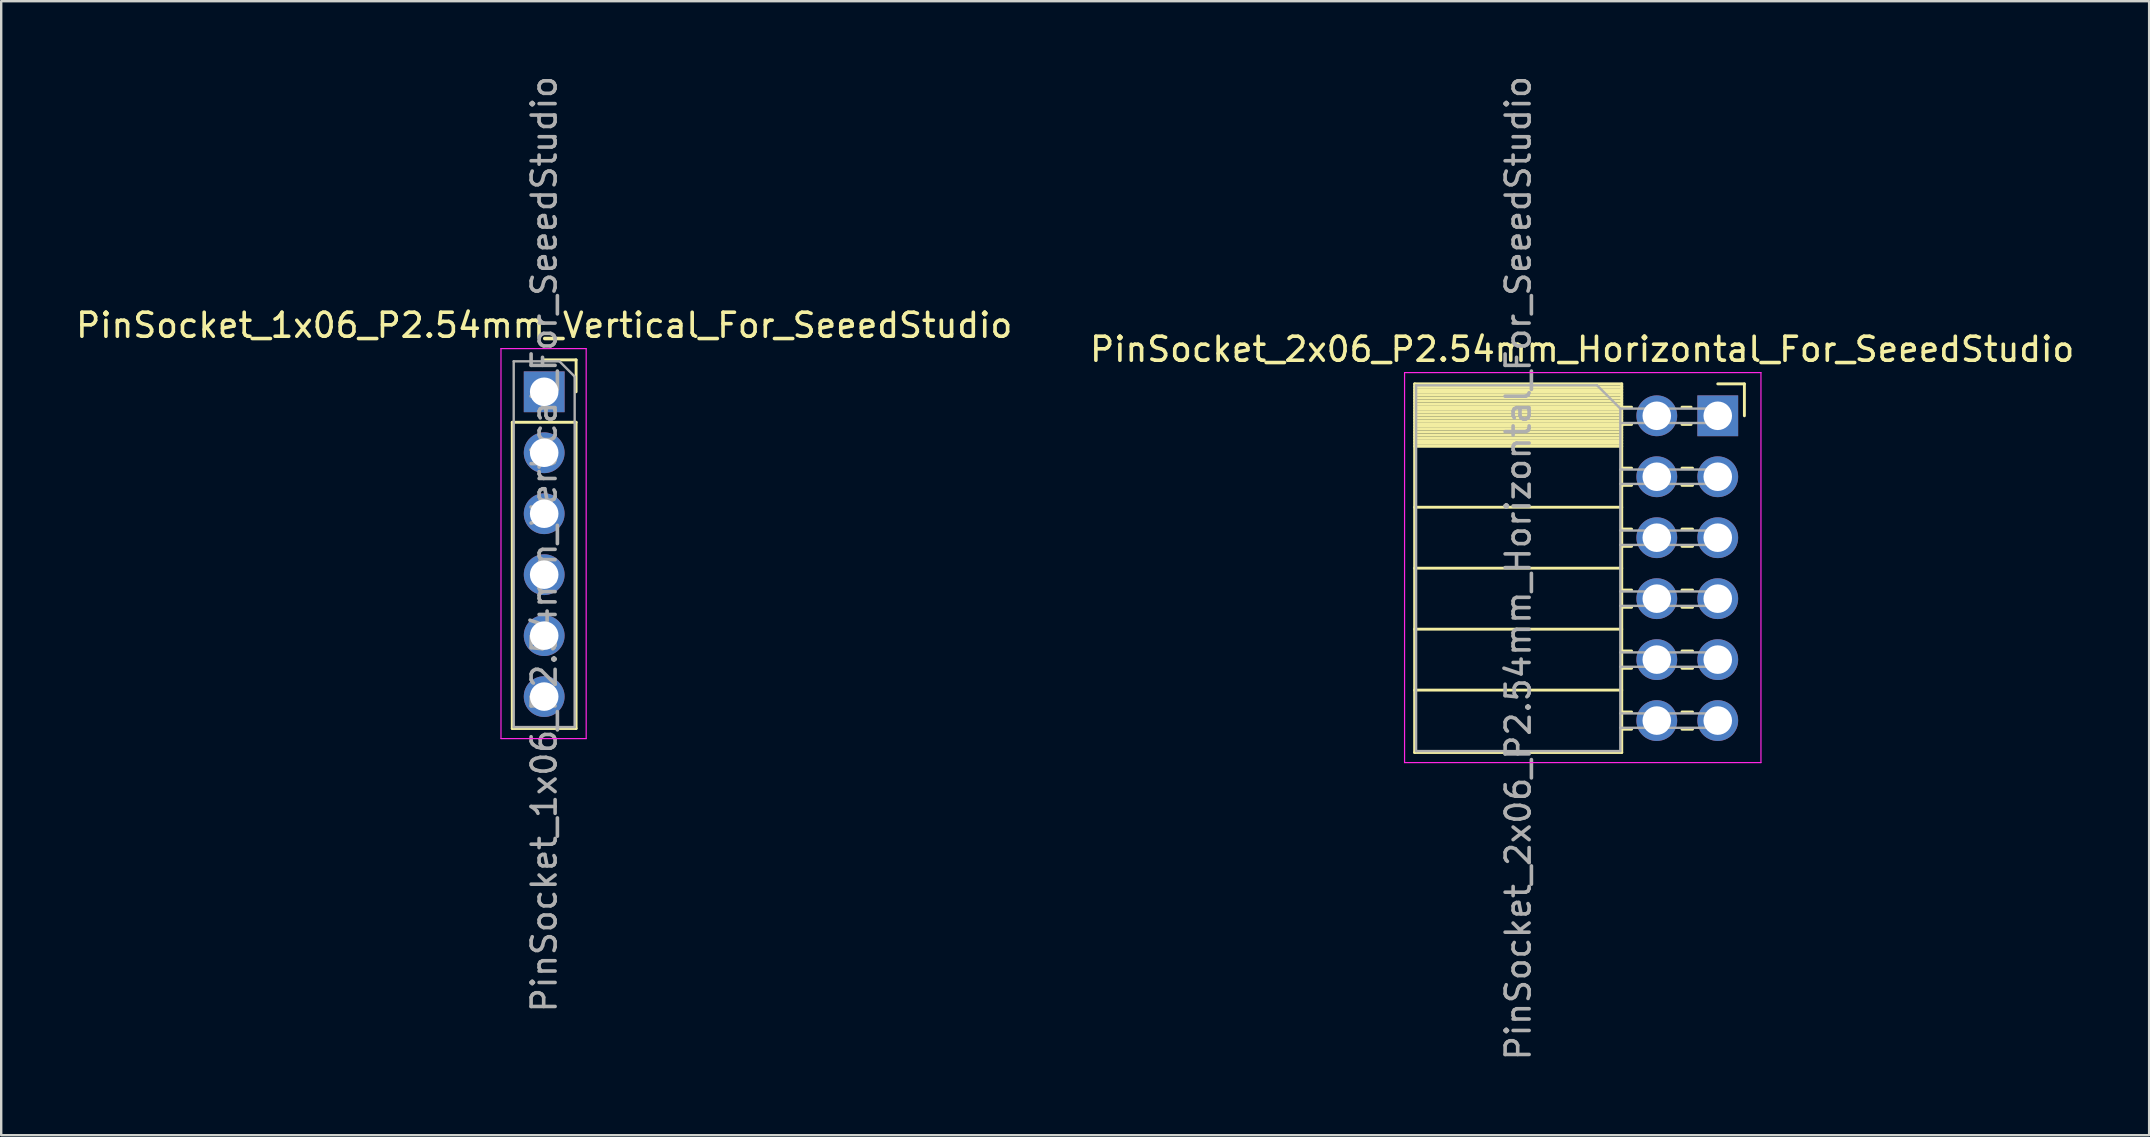
<source format=kicad_pcb>
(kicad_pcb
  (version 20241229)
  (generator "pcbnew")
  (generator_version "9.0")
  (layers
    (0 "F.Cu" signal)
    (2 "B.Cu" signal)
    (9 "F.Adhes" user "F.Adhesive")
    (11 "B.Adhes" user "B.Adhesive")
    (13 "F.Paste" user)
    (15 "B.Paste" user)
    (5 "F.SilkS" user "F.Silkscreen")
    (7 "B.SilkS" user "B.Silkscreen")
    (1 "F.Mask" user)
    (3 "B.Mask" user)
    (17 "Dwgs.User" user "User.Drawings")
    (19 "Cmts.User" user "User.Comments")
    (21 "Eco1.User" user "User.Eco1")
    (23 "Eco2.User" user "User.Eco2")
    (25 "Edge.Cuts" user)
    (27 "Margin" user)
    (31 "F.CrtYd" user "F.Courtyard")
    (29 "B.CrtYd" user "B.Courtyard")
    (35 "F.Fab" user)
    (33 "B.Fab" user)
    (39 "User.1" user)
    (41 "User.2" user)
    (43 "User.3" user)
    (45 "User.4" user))
  (footprint "PinSocket_1x06_P2.54mm_Vertical_For_SeeedStudio"
    (layer "F.Cu")
    (at 19.625 13.275)
    (property "Reference" "PinSocket_1x06_P2.54mm_Vertical_For_SeeedStudio" (at 0 -2.77 0) (layer "F.SilkS") (effects (font (size 1 1) (thickness 0.15))))
    (attr through_hole)
    (fp_line (start -1.33 1.27) (end -1.33 14.03) (stroke (width 0.12) (type solid)) (layer "F.SilkS"))
    (fp_line (start -1.33 1.27) (end 1.33 1.27) (stroke (width 0.12) (type solid)) (layer "F.SilkS"))
    (fp_line (start -1.33 14.03) (end 1.33 14.03) (stroke (width 0.12) (type solid)) (layer "F.SilkS"))
    (fp_line (start 0 -1.33) (end 1.33 -1.33) (stroke (width 0.12) (type solid)) (layer "F.SilkS"))
    (fp_line (start 1.33 -1.33) (end 1.33 0) (stroke (width 0.12) (type solid)) (layer "F.SilkS"))
    (fp_line (start 1.33 1.27) (end 1.33 14.03) (stroke (width 0.12) (type solid)) (layer "F.SilkS"))
    (fp_line (start -1.8 -1.8) (end 1.75 -1.8) (stroke (width 0.05) (type solid)) (layer "F.CrtYd"))
    (fp_line (start -1.8 14.45) (end -1.8 -1.8) (stroke (width 0.05) (type solid)) (layer "F.CrtYd"))
    (fp_line (start 1.75 -1.8) (end 1.75 14.45) (stroke (width 0.05) (type solid)) (layer "F.CrtYd"))
    (fp_line (start 1.75 14.45) (end -1.8 14.45) (stroke (width 0.05) (type solid)) (layer "F.CrtYd"))
    (fp_line (start -1.27 -1.27) (end 0.635 -1.27) (stroke (width 0.1) (type solid)) (layer "F.Fab"))
    (fp_line (start -1.27 13.97) (end -1.27 -1.27) (stroke (width 0.1) (type solid)) (layer "F.Fab"))
    (fp_line (start 0.635 -1.27) (end 1.27 -0.635) (stroke (width 0.1) (type solid)) (layer "F.Fab"))
    (fp_line (start 1.27 -0.635) (end 1.27 13.97) (stroke (width 0.1) (type solid)) (layer "F.Fab"))
    (fp_line (start 1.27 13.97) (end -1.27 13.97) (stroke (width 0.1) (type solid)) (layer "F.Fab"))
    (fp_text user "${REFERENCE}" (at 0 6.35 90) (layer "F.Fab") (effects (font (size 1 1) (thickness 0.15))))
    (pad "1" thru_hole rect (at 0 0) (size 1.7 1.7) (drill 1.19) (layers "*.Cu" "*.Mask"))
    (pad "2" thru_hole oval (at 0 2.54) (size 1.7 1.7) (drill 1.19) (layers "*.Cu" "*.Mask"))
    (pad "3" thru_hole oval (at 0 5.08) (size 1.7 1.7) (drill 1.19) (layers "*.Cu" "*.Mask"))
    (pad "4" thru_hole oval (at 0 7.62) (size 1.7 1.7) (drill 1.19) (layers "*.Cu" "*.Mask"))
    (pad "5" thru_hole oval (at 0 10.16) (size 1.7 1.7) (drill 1.19) (layers "*.Cu" "*.Mask"))
    (pad "6" thru_hole oval (at 0 12.7) (size 1.7 1.7) (drill 1.19) (layers "*.Cu" "*.Mask")))
  (footprint "PinSocket_2x06_P2.54mm_Horizontal_For_SeeedStudio"
    (layer "F.Cu")
    (at 68.525 14.275)
    (property "Reference" "PinSocket_2x06_P2.54mm_Horizontal_For_SeeedStudio" (at -5.65 -2.77 0) (layer "F.SilkS") (effects (font (size 1 1) (thickness 0.15))))
    (attr through_hole)
    (fp_line (start -12.63 -1.33) (end -12.63 14.03) (stroke (width 0.12) (type solid)) (layer "F.SilkS"))
    (fp_line (start -12.63 -1.33) (end -4 -1.33) (stroke (width 0.12) (type solid)) (layer "F.SilkS"))
    (fp_line (start -12.63 -1.21) (end -4 -1.21) (stroke (width 0.12) (type solid)) (layer "F.SilkS"))
    (fp_line (start -12.63 -1.092) (end -4 -1.092) (stroke (width 0.12) (type solid)) (layer "F.SilkS"))
    (fp_line (start -12.63 -0.974) (end -4 -0.974) (stroke (width 0.12) (type solid)) (layer "F.SilkS"))
    (fp_line (start -12.63 -0.856) (end -4 -0.856) (stroke (width 0.12) (type solid)) (layer "F.SilkS"))
    (fp_line (start -12.63 -0.738) (end -4 -0.738) (stroke (width 0.12) (type solid)) (layer "F.SilkS"))
    (fp_line (start -12.63 -0.62) (end -4 -0.62) (stroke (width 0.12) (type solid)) (layer "F.SilkS"))
    (fp_line (start -12.63 -0.501) (end -4 -0.501) (stroke (width 0.12) (type solid)) (layer "F.SilkS"))
    (fp_line (start -12.63 -0.383) (end -4 -0.383) (stroke (width 0.12) (type solid)) (layer "F.SilkS"))
    (fp_line (start -12.63 -0.265) (end -4 -0.265) (stroke (width 0.12) (type solid)) (layer "F.SilkS"))
    (fp_line (start -12.63 -0.147) (end -4 -0.147) (stroke (width 0.12) (type solid)) (layer "F.SilkS"))
    (fp_line (start -12.63 -0.029) (end -4 -0.029) (stroke (width 0.12) (type solid)) (layer "F.SilkS"))
    (fp_line (start -12.63 0.089) (end -4 0.089) (stroke (width 0.12) (type solid)) (layer "F.SilkS"))
    (fp_line (start -12.63 0.207) (end -4 0.207) (stroke (width 0.12) (type solid)) (layer "F.SilkS"))
    (fp_line (start -12.63 0.325) (end -4 0.325) (stroke (width 0.12) (type solid)) (layer "F.SilkS"))
    (fp_line (start -12.63 0.443) (end -4 0.443) (stroke (width 0.12) (type solid)) (layer "F.SilkS"))
    (fp_line (start -12.63 0.561) (end -4 0.561) (stroke (width 0.12) (type solid)) (layer "F.SilkS"))
    (fp_line (start -12.63 0.68) (end -4 0.68) (stroke (width 0.12) (type solid)) (layer "F.SilkS"))
    (fp_line (start -12.63 0.798) (end -4 0.798) (stroke (width 0.12) (type solid)) (layer "F.SilkS"))
    (fp_line (start -12.63 0.916) (end -4 0.916) (stroke (width 0.12) (type solid)) (layer "F.SilkS"))
    (fp_line (start -12.63 1.034) (end -4 1.034) (stroke (width 0.12) (type solid)) (layer "F.SilkS"))
    (fp_line (start -12.63 1.152) (end -4 1.152) (stroke (width 0.12) (type solid)) (layer "F.SilkS"))
    (fp_line (start -12.63 1.27) (end -4 1.27) (stroke (width 0.12) (type solid)) (layer "F.SilkS"))
    (fp_line (start -12.63 3.81) (end -4 3.81) (stroke (width 0.12) (type solid)) (layer "F.SilkS"))
    (fp_line (start -12.63 6.35) (end -4 6.35) (stroke (width 0.12) (type solid)) (layer "F.SilkS"))
    (fp_line (start -12.63 8.89) (end -4 8.89) (stroke (width 0.12) (type solid)) (layer "F.SilkS"))
    (fp_line (start -12.63 11.43) (end -4 11.43) (stroke (width 0.12) (type solid)) (layer "F.SilkS"))
    (fp_line (start -12.63 14.03) (end -4 14.03) (stroke (width 0.12) (type solid)) (layer "F.SilkS"))
    (fp_line (start -4 -1.33) (end -4 14.03) (stroke (width 0.12) (type solid)) (layer "F.SilkS"))
    (fp_line (start -4 -0.36) (end -3.59 -0.36) (stroke (width 0.12) (type solid)) (layer "F.SilkS"))
    (fp_line (start -4 0.36) (end -3.59 0.36) (stroke (width 0.12) (type solid)) (layer "F.SilkS"))
    (fp_line (start -4 2.18) (end -3.59 2.18) (stroke (width 0.12) (type solid)) (layer "F.SilkS"))
    (fp_line (start -4 2.9) (end -3.59 2.9) (stroke (width 0.12) (type solid)) (layer "F.SilkS"))
    (fp_line (start -4 4.72) (end -3.59 4.72) (stroke (width 0.12) (type solid)) (layer "F.SilkS"))
    (fp_line (start -4 5.44) (end -3.59 5.44) (stroke (width 0.12) (type solid)) (layer "F.SilkS"))
    (fp_line (start -4 7.26) (end -3.59 7.26) (stroke (width 0.12) (type solid)) (layer "F.SilkS"))
    (fp_line (start -4 7.98) (end -3.59 7.98) (stroke (width 0.12) (type solid)) (layer "F.SilkS"))
    (fp_line (start -4 9.8) (end -3.59 9.8) (stroke (width 0.12) (type solid)) (layer "F.SilkS"))
    (fp_line (start -4 10.52) (end -3.59 10.52) (stroke (width 0.12) (type solid)) (layer "F.SilkS"))
    (fp_line (start -4 12.34) (end -3.59 12.34) (stroke (width 0.12) (type solid)) (layer "F.SilkS"))
    (fp_line (start -4 13.06) (end -3.59 13.06) (stroke (width 0.12) (type solid)) (layer "F.SilkS"))
    (fp_line (start -1.49 -0.36) (end -1.11 -0.36) (stroke (width 0.12) (type solid)) (layer "F.SilkS"))
    (fp_line (start -1.49 0.36) (end -1.11 0.36) (stroke (width 0.12) (type solid)) (layer "F.SilkS"))
    (fp_line (start -1.49 2.18) (end -1.05 2.18) (stroke (width 0.12) (type solid)) (layer "F.SilkS"))
    (fp_line (start -1.49 2.9) (end -1.05 2.9) (stroke (width 0.12) (type solid)) (layer "F.SilkS"))
    (fp_line (start -1.49 4.72) (end -1.05 4.72) (stroke (width 0.12) (type solid)) (layer "F.SilkS"))
    (fp_line (start -1.49 5.44) (end -1.05 5.44) (stroke (width 0.12) (type solid)) (layer "F.SilkS"))
    (fp_line (start -1.49 7.26) (end -1.05 7.26) (stroke (width 0.12) (type solid)) (layer "F.SilkS"))
    (fp_line (start -1.49 7.98) (end -1.05 7.98) (stroke (width 0.12) (type solid)) (layer "F.SilkS"))
    (fp_line (start -1.49 9.8) (end -1.05 9.8) (stroke (width 0.12) (type solid)) (layer "F.SilkS"))
    (fp_line (start -1.49 10.52) (end -1.05 10.52) (stroke (width 0.12) (type solid)) (layer "F.SilkS"))
    (fp_line (start -1.49 12.34) (end -1.05 12.34) (stroke (width 0.12) (type solid)) (layer "F.SilkS"))
    (fp_line (start -1.49 13.06) (end -1.05 13.06) (stroke (width 0.12) (type solid)) (layer "F.SilkS"))
    (fp_line (start 0 -1.33) (end 1.11 -1.33) (stroke (width 0.12) (type solid)) (layer "F.SilkS"))
    (fp_line (start 1.11 -1.33) (end 1.11 0) (stroke (width 0.12) (type solid)) (layer "F.SilkS"))
    (fp_line (start -13.05 -1.8) (end -13.05 14.45) (stroke (width 0.05) (type solid)) (layer "F.CrtYd"))
    (fp_line (start -13.05 14.45) (end 1.8 14.45) (stroke (width 0.05) (type solid)) (layer "F.CrtYd"))
    (fp_line (start 1.8 -1.8) (end -13.05 -1.8) (stroke (width 0.05) (type solid)) (layer "F.CrtYd"))
    (fp_line (start 1.8 14.45) (end 1.8 -1.8) (stroke (width 0.05) (type solid)) (layer "F.CrtYd"))
    (fp_line (start -12.57 -1.27) (end -5.03 -1.27) (stroke (width 0.1) (type solid)) (layer "F.Fab"))
    (fp_line (start -12.57 13.97) (end -12.57 -1.27) (stroke (width 0.1) (type solid)) (layer "F.Fab"))
    (fp_line (start -5.03 -1.27) (end -4.06 -0.3) (stroke (width 0.1) (type solid)) (layer "F.Fab"))
    (fp_line (start -4.06 -0.3) (end -4.06 13.97) (stroke (width 0.1) (type solid)) (layer "F.Fab"))
    (fp_line (start -4.06 0.3) (end 0 0.3) (stroke (width 0.1) (type solid)) (layer "F.Fab"))
    (fp_line (start -4.06 2.84) (end 0 2.84) (stroke (width 0.1) (type solid)) (layer "F.Fab"))
    (fp_line (start -4.06 5.38) (end 0 5.38) (stroke (width 0.1) (type solid)) (layer "F.Fab"))
    (fp_line (start -4.06 7.92) (end 0 7.92) (stroke (width 0.1) (type solid)) (layer "F.Fab"))
    (fp_line (start -4.06 10.46) (end 0 10.46) (stroke (width 0.1) (type solid)) (layer "F.Fab"))
    (fp_line (start -4.06 13) (end 0 13) (stroke (width 0.1) (type solid)) (layer "F.Fab"))
    (fp_line (start -4.06 13.97) (end -12.57 13.97) (stroke (width 0.1) (type solid)) (layer "F.Fab"))
    (fp_line (start 0 -0.3) (end -4.06 -0.3) (stroke (width 0.1) (type solid)) (layer "F.Fab"))
    (fp_line (start 0 0.3) (end 0 -0.3) (stroke (width 0.1) (type solid)) (layer "F.Fab"))
    (fp_line (start 0 2.24) (end -4.06 2.24) (stroke (width 0.1) (type solid)) (layer "F.Fab"))
    (fp_line (start 0 2.84) (end 0 2.24) (stroke (width 0.1) (type solid)) (layer "F.Fab"))
    (fp_line (start 0 4.78) (end -4.06 4.78) (stroke (width 0.1) (type solid)) (layer "F.Fab"))
    (fp_line (start 0 5.38) (end 0 4.78) (stroke (width 0.1) (type solid)) (layer "F.Fab"))
    (fp_line (start 0 7.32) (end -4.06 7.32) (stroke (width 0.1) (type solid)) (layer "F.Fab"))
    (fp_line (start 0 7.92) (end 0 7.32) (stroke (width 0.1) (type solid)) (layer "F.Fab"))
    (fp_line (start 0 9.86) (end -4.06 9.86) (stroke (width 0.1) (type solid)) (layer "F.Fab"))
    (fp_line (start 0 10.46) (end 0 9.86) (stroke (width 0.1) (type solid)) (layer "F.Fab"))
    (fp_line (start 0 12.4) (end -4.06 12.4) (stroke (width 0.1) (type solid)) (layer "F.Fab"))
    (fp_line (start 0 13) (end 0 12.4) (stroke (width 0.1) (type solid)) (layer "F.Fab"))
    (fp_text user "${REFERENCE}" (at -8.315 6.35 90) (layer "F.Fab") (effects (font (size 1 1) (thickness 0.15))))
    (pad "1" thru_hole rect (at 0 0) (size 1.7 1.7) (drill 1.19) (layers "*.Cu" "*.Mask"))
    (pad "2" thru_hole oval (at -2.54 0) (size 1.7 1.7) (drill 1.19) (layers "*.Cu" "*.Mask"))
    (pad "3" thru_hole oval (at 0 2.54) (size 1.7 1.7) (drill 1.19) (layers "*.Cu" "*.Mask"))
    (pad "4" thru_hole oval (at -2.54 2.54) (size 1.7 1.7) (drill 1.19) (layers "*.Cu" "*.Mask"))
    (pad "5" thru_hole oval (at 0 5.08) (size 1.7 1.7) (drill 1.19) (layers "*.Cu" "*.Mask"))
    (pad "6" thru_hole oval (at -2.54 5.08) (size 1.7 1.7) (drill 1.19) (layers "*.Cu" "*.Mask"))
    (pad "7" thru_hole oval (at 0 7.62) (size 1.7 1.7) (drill 1.19) (layers "*.Cu" "*.Mask"))
    (pad "8" thru_hole oval (at -2.54 7.62) (size 1.7 1.7) (drill 1.19) (layers "*.Cu" "*.Mask"))
    (pad "9" thru_hole oval (at 0 10.16) (size 1.7 1.7) (drill 1.19) (layers "*.Cu" "*.Mask"))
    (pad "10" thru_hole oval (at -2.54 10.16) (size 1.7 1.7) (drill 1.19) (layers "*.Cu" "*.Mask"))
    (pad "11" thru_hole oval (at 0 12.7) (size 1.7 1.7) (drill 1.19) (layers "*.Cu" "*.Mask"))
    (pad "12" thru_hole oval (at -2.54 12.7) (size 1.7 1.7) (drill 1.19) (layers "*.Cu" "*.Mask")))
  (gr_rect
    (start -3 -3)
    (end 86.5 44.25)
    (stroke (width 0.1) (type default))
    (fill no)
    (layer "Edge.Cuts")))
</source>
